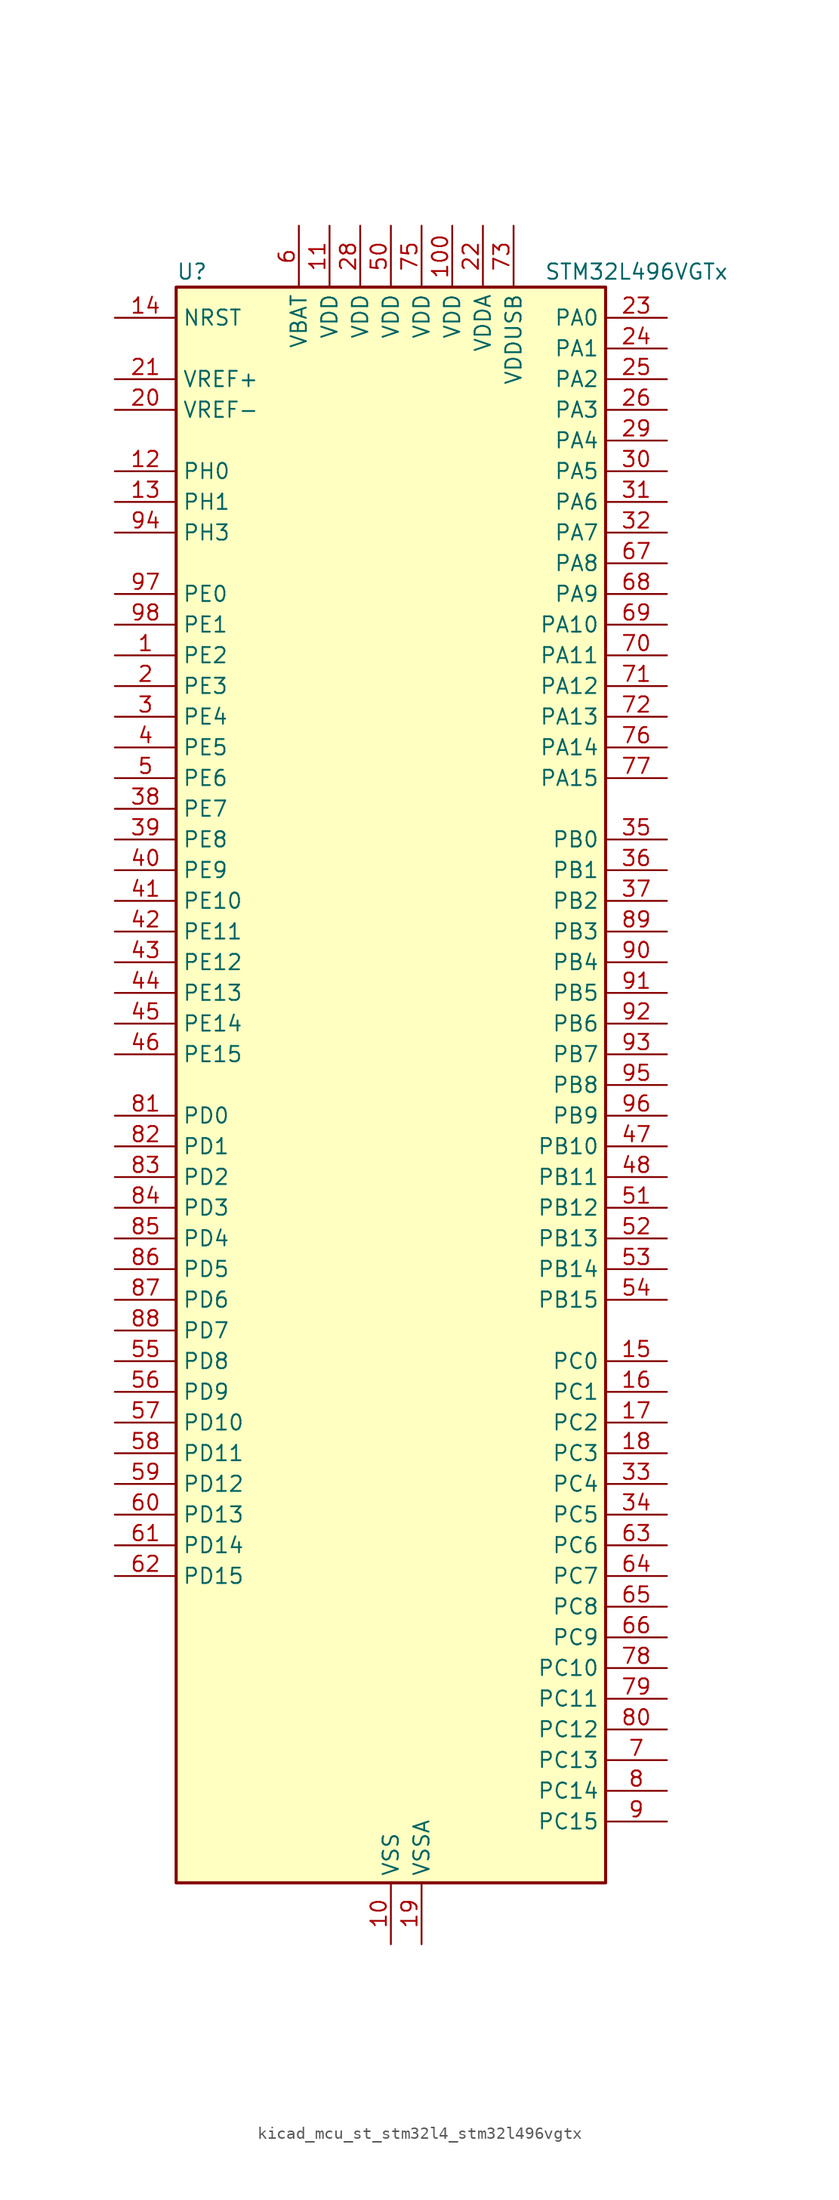
<source format=kicad_sym>
(kicad_symbol_lib
  (version 20220914)
  (generator kicad_symbol_editor)
  (symbol "kicad_mcu_st_stm32l4_stm32l496vgtx"
    (property "Reference" "U"
      (at -17.78 67.31 0)
      (effects (font (size 1.27 1.27)) (justify left)))
    (property "Value" "STM32L496VGTx"
      (at 12.7 67.31 0)
      (effects (font (size 1.27 1.27)) (justify left)))
    (property "ki_locked" ""
      (at 0 0 0)
      (effects (font (size 1.27 1.27))))
    (symbol "kicad_mcu_st_stm32l4_stm32l496vgtx_0_1"
      (rectangle (start -17.78 -66.04) (end 17.78 66.04) (stroke (width 0.254) (type default)) (fill (type background))))
    (symbol "kicad_mcu_st_stm32l4_stm32l496vgtx_1_1"
      (pin bidirectional line (at -22.86 35.56 0) (length 5.08) (name "PE2" (effects (font (size 1.27 1.27)))) (number "1" (effects (font (size 1.27 1.27)))) (alternate "FMC_A23" bidirectional line) (alternate "LCD_SEG38" bidirectional line) (alternate "SAI1_MCLK_A" bidirectional line) (alternate "SYS_TRACECLK" bidirectional line) (alternate "TIM3_ETR" bidirectional line) (alternate "TSC_G7_IO1" bidirectional line))
      (pin power_in line (at 0 -71.12 90) (length 5.08) (name "VSS" (effects (font (size 1.27 1.27)))) (number "10" (effects (font (size 1.27 1.27)))))
      (pin power_in line (at 5.08 71.12 270) (length 5.08) (name "VDD" (effects (font (size 1.27 1.27)))) (number "100" (effects (font (size 1.27 1.27)))))
      (pin power_in line (at -5.08 71.12 270) (length 5.08) (name "VDD" (effects (font (size 1.27 1.27)))) (number "11" (effects (font (size 1.27 1.27)))))
      (pin bidirectional line (at -22.86 50.8 0) (length 5.08) (name "PH0" (effects (font (size 1.27 1.27)))) (number "12" (effects (font (size 1.27 1.27)))) (alternate "RCC_OSC_IN" bidirectional line))
      (pin bidirectional line (at -22.86 48.26 0) (length 5.08) (name "PH1" (effects (font (size 1.27 1.27)))) (number "13" (effects (font (size 1.27 1.27)))) (alternate "RCC_OSC_OUT" bidirectional line))
      (pin input line (at -22.86 63.5 0) (length 5.08) (name "NRST" (effects (font (size 1.27 1.27)))) (number "14" (effects (font (size 1.27 1.27)))))
      (pin bidirectional line (at 22.86 -22.86 180) (length 5.08) (name "PC0" (effects (font (size 1.27 1.27)))) (number "15" (effects (font (size 1.27 1.27)))) (alternate "ADC1_IN1" bidirectional line) (alternate "ADC2_IN1" bidirectional line) (alternate "ADC3_IN1" bidirectional line) (alternate "DFSDM1_DATIN4" bidirectional line) (alternate "I2C3_SCL" bidirectional line) (alternate "I2C4_SCL" bidirectional line) (alternate "LCD_SEG18" bidirectional line) (alternate "LPTIM1_IN1" bidirectional line) (alternate "LPTIM2_IN1" bidirectional line) (alternate "LPUART1_RX" bidirectional line))
      (pin bidirectional line (at 22.86 -25.4 180) (length 5.08) (name "PC1" (effects (font (size 1.27 1.27)))) (number "16" (effects (font (size 1.27 1.27)))) (alternate "ADC1_IN2" bidirectional line) (alternate "ADC2_IN2" bidirectional line) (alternate "ADC3_IN2" bidirectional line) (alternate "DFSDM1_CKIN4" bidirectional line) (alternate "I2C3_SDA" bidirectional line) (alternate "I2C4_SDA" bidirectional line) (alternate "LCD_SEG19" bidirectional line) (alternate "LPTIM1_OUT" bidirectional line) (alternate "LPUART1_TX" bidirectional line) (alternate "QUADSPI_BK2_IO0" bidirectional line) (alternate "SAI1_SD_A" bidirectional line) (alternate "SPI2_MOSI" bidirectional line) (alternate "SYS_TRACED0" bidirectional line))
      (pin bidirectional line (at 22.86 -27.94 180) (length 5.08) (name "PC2" (effects (font (size 1.27 1.27)))) (number "17" (effects (font (size 1.27 1.27)))) (alternate "ADC1_IN3" bidirectional line) (alternate "ADC2_IN3" bidirectional line) (alternate "ADC3_IN3" bidirectional line) (alternate "DFSDM1_CKOUT" bidirectional line) (alternate "LCD_SEG20" bidirectional line) (alternate "LPTIM1_IN2" bidirectional line) (alternate "QUADSPI_BK2_IO1" bidirectional line) (alternate "SPI2_MISO" bidirectional line))
      (pin bidirectional line (at 22.86 -30.48 180) (length 5.08) (name "PC3" (effects (font (size 1.27 1.27)))) (number "18" (effects (font (size 1.27 1.27)))) (alternate "ADC1_IN4" bidirectional line) (alternate "ADC2_IN4" bidirectional line) (alternate "ADC3_IN4" bidirectional line) (alternate "LCD_VLCD" bidirectional line) (alternate "LPTIM1_ETR" bidirectional line) (alternate "LPTIM2_ETR" bidirectional line) (alternate "QUADSPI_BK2_IO2" bidirectional line) (alternate "SAI1_SD_A" bidirectional line) (alternate "SPI2_MOSI" bidirectional line))
      (pin power_in line (at 2.54 -71.12 90) (length 5.08) (name "VSSA" (effects (font (size 1.27 1.27)))) (number "19" (effects (font (size 1.27 1.27)))))
      (pin bidirectional line (at -22.86 33.02 0) (length 5.08) (name "PE3" (effects (font (size 1.27 1.27)))) (number "2" (effects (font (size 1.27 1.27)))) (alternate "FMC_A19" bidirectional line) (alternate "LCD_SEG39" bidirectional line) (alternate "SAI1_SD_B" bidirectional line) (alternate "SYS_TRACED0" bidirectional line) (alternate "TIM3_CH1" bidirectional line) (alternate "TSC_G7_IO2" bidirectional line))
      (pin input line (at -22.86 55.88 0) (length 5.08) (name "VREF-" (effects (font (size 1.27 1.27)))) (number "20" (effects (font (size 1.27 1.27)))))
      (pin input line (at -22.86 58.42 0) (length 5.08) (name "VREF+" (effects (font (size 1.27 1.27)))) (number "21" (effects (font (size 1.27 1.27)))) (alternate "VREFBUF_OUT" bidirectional line))
      (pin power_in line (at 7.62 71.12 270) (length 5.08) (name "VDDA" (effects (font (size 1.27 1.27)))) (number "22" (effects (font (size 1.27 1.27)))))
      (pin bidirectional line (at 22.86 63.5 180) (length 5.08) (name "PA0" (effects (font (size 1.27 1.27)))) (number "23" (effects (font (size 1.27 1.27)))) (alternate "ADC1_IN5" bidirectional line) (alternate "ADC2_IN5" bidirectional line) (alternate "OPAMP1_VINP" bidirectional line) (alternate "RTC_TAMP2" bidirectional line) (alternate "SAI1_EXTCLK" bidirectional line) (alternate "SYS_WKUP1" bidirectional line) (alternate "TIM2_CH1" bidirectional line) (alternate "TIM2_ETR" bidirectional line) (alternate "TIM5_CH1" bidirectional line) (alternate "TIM8_ETR" bidirectional line) (alternate "UART4_TX" bidirectional line) (alternate "USART2_CTS" bidirectional line))
      (pin bidirectional line (at 22.86 60.96 180) (length 5.08) (name "PA1" (effects (font (size 1.27 1.27)))) (number "24" (effects (font (size 1.27 1.27)))) (alternate "ADC1_IN6" bidirectional line) (alternate "ADC2_IN6" bidirectional line) (alternate "I2C1_SMBA" bidirectional line) (alternate "LCD_SEG0" bidirectional line) (alternate "OPAMP1_VINM" bidirectional line) (alternate "SPI1_SCK" bidirectional line) (alternate "TIM15_CH1N" bidirectional line) (alternate "TIM2_CH2" bidirectional line) (alternate "TIM5_CH2" bidirectional line) (alternate "UART4_RX" bidirectional line) (alternate "USART2_DE" bidirectional line) (alternate "USART2_RTS" bidirectional line))
      (pin bidirectional line (at 22.86 58.42 180) (length 5.08) (name "PA2" (effects (font (size 1.27 1.27)))) (number "25" (effects (font (size 1.27 1.27)))) (alternate "ADC1_IN7" bidirectional line) (alternate "ADC2_IN7" bidirectional line) (alternate "LCD_SEG1" bidirectional line) (alternate "LPUART1_TX" bidirectional line) (alternate "QUADSPI_BK1_NCS" bidirectional line) (alternate "RCC_LSCO" bidirectional line) (alternate "SAI2_EXTCLK" bidirectional line) (alternate "SYS_WKUP4" bidirectional line) (alternate "TIM15_CH1" bidirectional line) (alternate "TIM2_CH3" bidirectional line) (alternate "TIM5_CH3" bidirectional line) (alternate "USART2_TX" bidirectional line))
      (pin bidirectional line (at 22.86 55.88 180) (length 5.08) (name "PA3" (effects (font (size 1.27 1.27)))) (number "26" (effects (font (size 1.27 1.27)))) (alternate "ADC1_IN8" bidirectional line) (alternate "ADC2_IN8" bidirectional line) (alternate "LCD_SEG2" bidirectional line) (alternate "LPUART1_RX" bidirectional line) (alternate "OPAMP1_VOUT" bidirectional line) (alternate "QUADSPI_CLK" bidirectional line) (alternate "SAI1_MCLK_A" bidirectional line) (alternate "TIM15_CH2" bidirectional line) (alternate "TIM2_CH4" bidirectional line) (alternate "TIM5_CH4" bidirectional line) (alternate "USART2_RX" bidirectional line))
      (pin passive line (at 0 -71.12 90) (length 5.08) hide (name "VSS" (effects (font (size 1.27 1.27)))) (number "27" (effects (font (size 1.27 1.27)))))
      (pin power_in line (at -2.54 71.12 270) (length 5.08) (name "VDD" (effects (font (size 1.27 1.27)))) (number "28" (effects (font (size 1.27 1.27)))))
      (pin bidirectional line (at 22.86 53.34 180) (length 5.08) (name "PA4" (effects (font (size 1.27 1.27)))) (number "29" (effects (font (size 1.27 1.27)))) (alternate "ADC1_IN9" bidirectional line) (alternate "ADC2_IN9" bidirectional line) (alternate "DAC1_OUT1" bidirectional line) (alternate "DCMI_HSYNC" bidirectional line) (alternate "LPTIM2_OUT" bidirectional line) (alternate "SAI1_FS_B" bidirectional line) (alternate "SPI1_NSS" bidirectional line) (alternate "SPI3_NSS" bidirectional line) (alternate "USART2_CK" bidirectional line))
      (pin bidirectional line (at -22.86 30.48 0) (length 5.08) (name "PE4" (effects (font (size 1.27 1.27)))) (number "3" (effects (font (size 1.27 1.27)))) (alternate "DCMI_D4" bidirectional line) (alternate "DFSDM1_DATIN3" bidirectional line) (alternate "FMC_A20" bidirectional line) (alternate "SAI1_FS_A" bidirectional line) (alternate "SYS_TRACED1" bidirectional line) (alternate "TIM3_CH2" bidirectional line) (alternate "TSC_G7_IO3" bidirectional line))
      (pin bidirectional line (at 22.86 50.8 180) (length 5.08) (name "PA5" (effects (font (size 1.27 1.27)))) (number "30" (effects (font (size 1.27 1.27)))) (alternate "ADC1_IN10" bidirectional line) (alternate "ADC2_IN10" bidirectional line) (alternate "DAC1_OUT2" bidirectional line) (alternate "LPTIM2_ETR" bidirectional line) (alternate "SPI1_SCK" bidirectional line) (alternate "TIM2_CH1" bidirectional line) (alternate "TIM2_ETR" bidirectional line) (alternate "TIM8_CH1N" bidirectional line))
      (pin bidirectional line (at 22.86 48.26 180) (length 5.08) (name "PA6" (effects (font (size 1.27 1.27)))) (number "31" (effects (font (size 1.27 1.27)))) (alternate "ADC1_IN11" bidirectional line) (alternate "ADC2_IN11" bidirectional line) (alternate "DCMI_PIXCLK" bidirectional line) (alternate "LCD_SEG3" bidirectional line) (alternate "LPUART1_CTS" bidirectional line) (alternate "OPAMP2_VINP" bidirectional line) (alternate "QUADSPI_BK1_IO3" bidirectional line) (alternate "SPI1_MISO" bidirectional line) (alternate "TIM16_CH1" bidirectional line) (alternate "TIM1_BKIN" bidirectional line) (alternate "TIM1_BKIN_COMP2" bidirectional line) (alternate "TIM3_CH1" bidirectional line) (alternate "TIM8_BKIN" bidirectional line) (alternate "TIM8_BKIN_COMP2" bidirectional line) (alternate "USART3_CTS" bidirectional line))
      (pin bidirectional line (at 22.86 45.72 180) (length 5.08) (name "PA7" (effects (font (size 1.27 1.27)))) (number "32" (effects (font (size 1.27 1.27)))) (alternate "ADC1_IN12" bidirectional line) (alternate "ADC2_IN12" bidirectional line) (alternate "I2C3_SCL" bidirectional line) (alternate "LCD_SEG4" bidirectional line) (alternate "OPAMP2_VINM" bidirectional line) (alternate "QUADSPI_BK1_IO2" bidirectional line) (alternate "SPI1_MOSI" bidirectional line) (alternate "TIM17_CH1" bidirectional line) (alternate "TIM1_CH1N" bidirectional line) (alternate "TIM3_CH2" bidirectional line) (alternate "TIM8_CH1N" bidirectional line))
      (pin bidirectional line (at 22.86 -33.02 180) (length 5.08) (name "PC4" (effects (font (size 1.27 1.27)))) (number "33" (effects (font (size 1.27 1.27)))) (alternate "ADC1_IN13" bidirectional line) (alternate "ADC2_IN13" bidirectional line) (alternate "COMP1_INM" bidirectional line) (alternate "LCD_SEG22" bidirectional line) (alternate "QUADSPI_BK2_IO3" bidirectional line) (alternate "USART3_TX" bidirectional line))
      (pin bidirectional line (at 22.86 -35.56 180) (length 5.08) (name "PC5" (effects (font (size 1.27 1.27)))) (number "34" (effects (font (size 1.27 1.27)))) (alternate "ADC1_IN14" bidirectional line) (alternate "ADC2_IN14" bidirectional line) (alternate "COMP1_INP" bidirectional line) (alternate "LCD_SEG23" bidirectional line) (alternate "SYS_WKUP5" bidirectional line) (alternate "USART3_RX" bidirectional line))
      (pin bidirectional line (at 22.86 20.32 180) (length 5.08) (name "PB0" (effects (font (size 1.27 1.27)))) (number "35" (effects (font (size 1.27 1.27)))) (alternate "ADC1_IN15" bidirectional line) (alternate "ADC2_IN15" bidirectional line) (alternate "COMP1_OUT" bidirectional line) (alternate "LCD_SEG5" bidirectional line) (alternate "OPAMP2_VOUT" bidirectional line) (alternate "QUADSPI_BK1_IO1" bidirectional line) (alternate "SAI1_EXTCLK" bidirectional line) (alternate "SPI1_NSS" bidirectional line) (alternate "TIM1_CH2N" bidirectional line) (alternate "TIM3_CH3" bidirectional line) (alternate "TIM8_CH2N" bidirectional line) (alternate "USART3_CK" bidirectional line))
      (pin bidirectional line (at 22.86 17.78 180) (length 5.08) (name "PB1" (effects (font (size 1.27 1.27)))) (number "36" (effects (font (size 1.27 1.27)))) (alternate "ADC1_IN16" bidirectional line) (alternate "ADC2_IN16" bidirectional line) (alternate "COMP1_INM" bidirectional line) (alternate "DFSDM1_DATIN0" bidirectional line) (alternate "LCD_SEG6" bidirectional line) (alternate "LPTIM2_IN1" bidirectional line) (alternate "LPUART1_DE" bidirectional line) (alternate "LPUART1_RTS" bidirectional line) (alternate "QUADSPI_BK1_IO0" bidirectional line) (alternate "TIM1_CH3N" bidirectional line) (alternate "TIM3_CH4" bidirectional line) (alternate "TIM8_CH3N" bidirectional line) (alternate "USART3_DE" bidirectional line) (alternate "USART3_RTS" bidirectional line))
      (pin bidirectional line (at 22.86 15.24 180) (length 5.08) (name "PB2" (effects (font (size 1.27 1.27)))) (number "37" (effects (font (size 1.27 1.27)))) (alternate "COMP1_INP" bidirectional line) (alternate "DFSDM1_CKIN0" bidirectional line) (alternate "I2C3_SMBA" bidirectional line) (alternate "LCD_VLCD" bidirectional line) (alternate "LPTIM1_OUT" bidirectional line) (alternate "RTC_OUT_ALARM" bidirectional line) (alternate "RTC_OUT_CALIB" bidirectional line))
      (pin bidirectional line (at -22.86 22.86 0) (length 5.08) (name "PE7" (effects (font (size 1.27 1.27)))) (number "38" (effects (font (size 1.27 1.27)))) (alternate "DFSDM1_DATIN2" bidirectional line) (alternate "FMC_D4" bidirectional line) (alternate "FMC_DA4" bidirectional line) (alternate "SAI1_SD_B" bidirectional line) (alternate "TIM1_ETR" bidirectional line))
      (pin bidirectional line (at -22.86 20.32 0) (length 5.08) (name "PE8" (effects (font (size 1.27 1.27)))) (number "39" (effects (font (size 1.27 1.27)))) (alternate "DFSDM1_CKIN2" bidirectional line) (alternate "FMC_D5" bidirectional line) (alternate "FMC_DA5" bidirectional line) (alternate "SAI1_SCK_B" bidirectional line) (alternate "TIM1_CH1N" bidirectional line))
      (pin bidirectional line (at -22.86 27.94 0) (length 5.08) (name "PE5" (effects (font (size 1.27 1.27)))) (number "4" (effects (font (size 1.27 1.27)))) (alternate "DCMI_D6" bidirectional line) (alternate "DFSDM1_CKIN3" bidirectional line) (alternate "FMC_A21" bidirectional line) (alternate "SAI1_SCK_A" bidirectional line) (alternate "SYS_TRACED2" bidirectional line) (alternate "TIM3_CH3" bidirectional line) (alternate "TSC_G7_IO4" bidirectional line))
      (pin bidirectional line (at -22.86 17.78 0) (length 5.08) (name "PE9" (effects (font (size 1.27 1.27)))) (number "40" (effects (font (size 1.27 1.27)))) (alternate "DAC1_EXTI9" bidirectional line) (alternate "DFSDM1_CKOUT" bidirectional line) (alternate "FMC_D6" bidirectional line) (alternate "FMC_DA6" bidirectional line) (alternate "SAI1_FS_B" bidirectional line) (alternate "TIM1_CH1" bidirectional line))
      (pin bidirectional line (at -22.86 15.24 0) (length 5.08) (name "PE10" (effects (font (size 1.27 1.27)))) (number "41" (effects (font (size 1.27 1.27)))) (alternate "DFSDM1_DATIN4" bidirectional line) (alternate "FMC_D7" bidirectional line) (alternate "FMC_DA7" bidirectional line) (alternate "QUADSPI_CLK" bidirectional line) (alternate "SAI1_MCLK_B" bidirectional line) (alternate "TIM1_CH2N" bidirectional line) (alternate "TSC_G5_IO1" bidirectional line))
      (pin bidirectional line (at -22.86 12.7 0) (length 5.08) (name "PE11" (effects (font (size 1.27 1.27)))) (number "42" (effects (font (size 1.27 1.27)))) (alternate "ADC1_EXTI11" bidirectional line) (alternate "ADC2_EXTI11" bidirectional line) (alternate "ADC3_EXTI11" bidirectional line) (alternate "DFSDM1_CKIN4" bidirectional line) (alternate "FMC_D8" bidirectional line) (alternate "FMC_DA8" bidirectional line) (alternate "QUADSPI_BK1_NCS" bidirectional line) (alternate "TIM1_CH2" bidirectional line) (alternate "TSC_G5_IO2" bidirectional line))
      (pin bidirectional line (at -22.86 10.16 0) (length 5.08) (name "PE12" (effects (font (size 1.27 1.27)))) (number "43" (effects (font (size 1.27 1.27)))) (alternate "DFSDM1_DATIN5" bidirectional line) (alternate "FMC_D9" bidirectional line) (alternate "FMC_DA9" bidirectional line) (alternate "QUADSPI_BK1_IO0" bidirectional line) (alternate "SPI1_NSS" bidirectional line) (alternate "TIM1_CH3N" bidirectional line) (alternate "TSC_G5_IO3" bidirectional line))
      (pin bidirectional line (at -22.86 7.62 0) (length 5.08) (name "PE13" (effects (font (size 1.27 1.27)))) (number "44" (effects (font (size 1.27 1.27)))) (alternate "DFSDM1_CKIN5" bidirectional line) (alternate "FMC_D10" bidirectional line) (alternate "FMC_DA10" bidirectional line) (alternate "QUADSPI_BK1_IO1" bidirectional line) (alternate "SPI1_SCK" bidirectional line) (alternate "TIM1_CH3" bidirectional line) (alternate "TSC_G5_IO4" bidirectional line))
      (pin bidirectional line (at -22.86 5.08 0) (length 5.08) (name "PE14" (effects (font (size 1.27 1.27)))) (number "45" (effects (font (size 1.27 1.27)))) (alternate "FMC_D11" bidirectional line) (alternate "FMC_DA11" bidirectional line) (alternate "QUADSPI_BK1_IO2" bidirectional line) (alternate "SPI1_MISO" bidirectional line) (alternate "TIM1_BKIN2" bidirectional line) (alternate "TIM1_BKIN2_COMP2" bidirectional line) (alternate "TIM1_CH4" bidirectional line))
      (pin bidirectional line (at -22.86 2.54 0) (length 5.08) (name "PE15" (effects (font (size 1.27 1.27)))) (number "46" (effects (font (size 1.27 1.27)))) (alternate "ADC1_EXTI15" bidirectional line) (alternate "ADC2_EXTI15" bidirectional line) (alternate "ADC3_EXTI15" bidirectional line) (alternate "FMC_D12" bidirectional line) (alternate "FMC_DA12" bidirectional line) (alternate "QUADSPI_BK1_IO3" bidirectional line) (alternate "SPI1_MOSI" bidirectional line) (alternate "TIM1_BKIN" bidirectional line) (alternate "TIM1_BKIN_COMP1" bidirectional line))
      (pin bidirectional line (at 22.86 -5.08 180) (length 5.08) (name "PB10" (effects (font (size 1.27 1.27)))) (number "47" (effects (font (size 1.27 1.27)))) (alternate "COMP1_OUT" bidirectional line) (alternate "DFSDM1_DATIN7" bidirectional line) (alternate "I2C2_SCL" bidirectional line) (alternate "I2C4_SCL" bidirectional line) (alternate "LCD_SEG10" bidirectional line) (alternate "LPUART1_RX" bidirectional line) (alternate "QUADSPI_CLK" bidirectional line) (alternate "SAI1_SCK_A" bidirectional line) (alternate "SPI2_SCK" bidirectional line) (alternate "TIM2_CH3" bidirectional line) (alternate "TSC_SYNC" bidirectional line) (alternate "USART3_TX" bidirectional line))
      (pin bidirectional line (at 22.86 -7.62 180) (length 5.08) (name "PB11" (effects (font (size 1.27 1.27)))) (number "48" (effects (font (size 1.27 1.27)))) (alternate "ADC1_EXTI11" bidirectional line) (alternate "ADC2_EXTI11" bidirectional line) (alternate "ADC3_EXTI11" bidirectional line) (alternate "COMP2_OUT" bidirectional line) (alternate "DFSDM1_CKIN7" bidirectional line) (alternate "I2C2_SDA" bidirectional line) (alternate "I2C4_SDA" bidirectional line) (alternate "LCD_SEG11" bidirectional line) (alternate "LPUART1_TX" bidirectional line) (alternate "QUADSPI_BK1_NCS" bidirectional line) (alternate "TIM2_CH4" bidirectional line) (alternate "USART3_RX" bidirectional line))
      (pin passive line (at 0 -71.12 90) (length 5.08) hide (name "VSS" (effects (font (size 1.27 1.27)))) (number "49" (effects (font (size 1.27 1.27)))))
      (pin bidirectional line (at -22.86 25.4 0) (length 5.08) (name "PE6" (effects (font (size 1.27 1.27)))) (number "5" (effects (font (size 1.27 1.27)))) (alternate "DCMI_D7" bidirectional line) (alternate "FMC_A22" bidirectional line) (alternate "RTC_TAMP3" bidirectional line) (alternate "SAI1_SD_A" bidirectional line) (alternate "SYS_TRACED3" bidirectional line) (alternate "SYS_WKUP3" bidirectional line) (alternate "TIM3_CH4" bidirectional line))
      (pin power_in line (at 0 71.12 270) (length 5.08) (name "VDD" (effects (font (size 1.27 1.27)))) (number "50" (effects (font (size 1.27 1.27)))))
      (pin bidirectional line (at 22.86 -10.16 180) (length 5.08) (name "PB12" (effects (font (size 1.27 1.27)))) (number "51" (effects (font (size 1.27 1.27)))) (alternate "CAN2_RX" bidirectional line) (alternate "DFSDM1_DATIN1" bidirectional line) (alternate "I2C2_SMBA" bidirectional line) (alternate "LCD_SEG12" bidirectional line) (alternate "LPUART1_DE" bidirectional line) (alternate "LPUART1_RTS" bidirectional line) (alternate "SAI2_FS_A" bidirectional line) (alternate "SPI2_NSS" bidirectional line) (alternate "SWPMI1_IO" bidirectional line) (alternate "TIM15_BKIN" bidirectional line) (alternate "TIM1_BKIN" bidirectional line) (alternate "TIM1_BKIN_COMP2" bidirectional line) (alternate "TSC_G1_IO1" bidirectional line) (alternate "USART3_CK" bidirectional line))
      (pin bidirectional line (at 22.86 -12.7 180) (length 5.08) (name "PB13" (effects (font (size 1.27 1.27)))) (number "52" (effects (font (size 1.27 1.27)))) (alternate "CAN2_TX" bidirectional line) (alternate "DFSDM1_CKIN1" bidirectional line) (alternate "I2C2_SCL" bidirectional line) (alternate "LCD_SEG13" bidirectional line) (alternate "LPUART1_CTS" bidirectional line) (alternate "SAI2_SCK_A" bidirectional line) (alternate "SPI2_SCK" bidirectional line) (alternate "SWPMI1_TX" bidirectional line) (alternate "TIM15_CH1N" bidirectional line) (alternate "TIM1_CH1N" bidirectional line) (alternate "TSC_G1_IO2" bidirectional line) (alternate "USART3_CTS" bidirectional line))
      (pin bidirectional line (at 22.86 -15.24 180) (length 5.08) (name "PB14" (effects (font (size 1.27 1.27)))) (number "53" (effects (font (size 1.27 1.27)))) (alternate "DFSDM1_DATIN2" bidirectional line) (alternate "I2C2_SDA" bidirectional line) (alternate "LCD_SEG14" bidirectional line) (alternate "SAI2_MCLK_A" bidirectional line) (alternate "SPI2_MISO" bidirectional line) (alternate "SWPMI1_RX" bidirectional line) (alternate "TIM15_CH1" bidirectional line) (alternate "TIM1_CH2N" bidirectional line) (alternate "TIM8_CH2N" bidirectional line) (alternate "TSC_G1_IO3" bidirectional line) (alternate "USART3_DE" bidirectional line) (alternate "USART3_RTS" bidirectional line))
      (pin bidirectional line (at 22.86 -17.78 180) (length 5.08) (name "PB15" (effects (font (size 1.27 1.27)))) (number "54" (effects (font (size 1.27 1.27)))) (alternate "ADC1_EXTI15" bidirectional line) (alternate "ADC2_EXTI15" bidirectional line) (alternate "ADC3_EXTI15" bidirectional line) (alternate "DFSDM1_CKIN2" bidirectional line) (alternate "LCD_SEG15" bidirectional line) (alternate "RTC_REFIN" bidirectional line) (alternate "SAI2_SD_A" bidirectional line) (alternate "SPI2_MOSI" bidirectional line) (alternate "SWPMI1_SUSPEND" bidirectional line) (alternate "TIM15_CH2" bidirectional line) (alternate "TIM1_CH3N" bidirectional line) (alternate "TIM8_CH3N" bidirectional line) (alternate "TSC_G1_IO4" bidirectional line))
      (pin bidirectional line (at -22.86 -22.86 0) (length 5.08) (name "PD8" (effects (font (size 1.27 1.27)))) (number "55" (effects (font (size 1.27 1.27)))) (alternate "DCMI_HSYNC" bidirectional line) (alternate "FMC_D13" bidirectional line) (alternate "FMC_DA13" bidirectional line) (alternate "LCD_SEG28" bidirectional line) (alternate "USART3_TX" bidirectional line))
      (pin bidirectional line (at -22.86 -25.4 0) (length 5.08) (name "PD9" (effects (font (size 1.27 1.27)))) (number "56" (effects (font (size 1.27 1.27)))) (alternate "DAC1_EXTI9" bidirectional line) (alternate "DCMI_PIXCLK" bidirectional line) (alternate "FMC_D14" bidirectional line) (alternate "FMC_DA14" bidirectional line) (alternate "LCD_SEG29" bidirectional line) (alternate "SAI2_MCLK_A" bidirectional line) (alternate "USART3_RX" bidirectional line))
      (pin bidirectional line (at -22.86 -27.94 0) (length 5.08) (name "PD10" (effects (font (size 1.27 1.27)))) (number "57" (effects (font (size 1.27 1.27)))) (alternate "FMC_D15" bidirectional line) (alternate "FMC_DA15" bidirectional line) (alternate "LCD_SEG30" bidirectional line) (alternate "SAI2_SCK_A" bidirectional line) (alternate "TSC_G6_IO1" bidirectional line) (alternate "USART3_CK" bidirectional line))
      (pin bidirectional line (at -22.86 -30.48 0) (length 5.08) (name "PD11" (effects (font (size 1.27 1.27)))) (number "58" (effects (font (size 1.27 1.27)))) (alternate "ADC1_EXTI11" bidirectional line) (alternate "ADC2_EXTI11" bidirectional line) (alternate "ADC3_EXTI11" bidirectional line) (alternate "FMC_A16" bidirectional line) (alternate "FMC_CLE" bidirectional line) (alternate "I2C4_SMBA" bidirectional line) (alternate "LCD_SEG31" bidirectional line) (alternate "LPTIM2_ETR" bidirectional line) (alternate "SAI2_SD_A" bidirectional line) (alternate "TSC_G6_IO2" bidirectional line) (alternate "USART3_CTS" bidirectional line))
      (pin bidirectional line (at -22.86 -33.02 0) (length 5.08) (name "PD12" (effects (font (size 1.27 1.27)))) (number "59" (effects (font (size 1.27 1.27)))) (alternate "FMC_A17" bidirectional line) (alternate "FMC_ALE" bidirectional line) (alternate "I2C4_SCL" bidirectional line) (alternate "LCD_SEG32" bidirectional line) (alternate "LPTIM2_IN1" bidirectional line) (alternate "SAI2_FS_A" bidirectional line) (alternate "TIM4_CH1" bidirectional line) (alternate "TSC_G6_IO3" bidirectional line) (alternate "USART3_DE" bidirectional line) (alternate "USART3_RTS" bidirectional line))
      (pin power_in line (at -7.62 71.12 270) (length 5.08) (name "VBAT" (effects (font (size 1.27 1.27)))) (number "6" (effects (font (size 1.27 1.27)))))
      (pin bidirectional line (at -22.86 -35.56 0) (length 5.08) (name "PD13" (effects (font (size 1.27 1.27)))) (number "60" (effects (font (size 1.27 1.27)))) (alternate "FMC_A18" bidirectional line) (alternate "I2C4_SDA" bidirectional line) (alternate "LCD_SEG33" bidirectional line) (alternate "LPTIM2_OUT" bidirectional line) (alternate "TIM4_CH2" bidirectional line) (alternate "TSC_G6_IO4" bidirectional line))
      (pin bidirectional line (at -22.86 -38.1 0) (length 5.08) (name "PD14" (effects (font (size 1.27 1.27)))) (number "61" (effects (font (size 1.27 1.27)))) (alternate "FMC_D0" bidirectional line) (alternate "FMC_DA0" bidirectional line) (alternate "LCD_SEG34" bidirectional line) (alternate "TIM4_CH3" bidirectional line))
      (pin bidirectional line (at -22.86 -40.64 0) (length 5.08) (name "PD15" (effects (font (size 1.27 1.27)))) (number "62" (effects (font (size 1.27 1.27)))) (alternate "ADC1_EXTI15" bidirectional line) (alternate "ADC2_EXTI15" bidirectional line) (alternate "ADC3_EXTI15" bidirectional line) (alternate "FMC_D1" bidirectional line) (alternate "FMC_DA1" bidirectional line) (alternate "LCD_SEG35" bidirectional line) (alternate "TIM4_CH4" bidirectional line))
      (pin bidirectional line (at 22.86 -38.1 180) (length 5.08) (name "PC6" (effects (font (size 1.27 1.27)))) (number "63" (effects (font (size 1.27 1.27)))) (alternate "DCMI_D0" bidirectional line) (alternate "DFSDM1_CKIN3" bidirectional line) (alternate "LCD_SEG24" bidirectional line) (alternate "SAI2_MCLK_A" bidirectional line) (alternate "SDMMC1_D6" bidirectional line) (alternate "TIM3_CH1" bidirectional line) (alternate "TIM8_CH1" bidirectional line) (alternate "TSC_G4_IO1" bidirectional line))
      (pin bidirectional line (at 22.86 -40.64 180) (length 5.08) (name "PC7" (effects (font (size 1.27 1.27)))) (number "64" (effects (font (size 1.27 1.27)))) (alternate "DCMI_D1" bidirectional line) (alternate "DFSDM1_DATIN3" bidirectional line) (alternate "LCD_SEG25" bidirectional line) (alternate "SAI2_MCLK_B" bidirectional line) (alternate "SDMMC1_D7" bidirectional line) (alternate "TIM3_CH2" bidirectional line) (alternate "TIM8_CH2" bidirectional line) (alternate "TSC_G4_IO2" bidirectional line))
      (pin bidirectional line (at 22.86 -43.18 180) (length 5.08) (name "PC8" (effects (font (size 1.27 1.27)))) (number "65" (effects (font (size 1.27 1.27)))) (alternate "DCMI_D2" bidirectional line) (alternate "LCD_SEG26" bidirectional line) (alternate "SDMMC1_D0" bidirectional line) (alternate "TIM3_CH3" bidirectional line) (alternate "TIM8_CH3" bidirectional line) (alternate "TSC_G4_IO3" bidirectional line))
      (pin bidirectional line (at 22.86 -45.72 180) (length 5.08) (name "PC9" (effects (font (size 1.27 1.27)))) (number "66" (effects (font (size 1.27 1.27)))) (alternate "DAC1_EXTI9" bidirectional line) (alternate "DCMI_D3" bidirectional line) (alternate "I2C3_SDA" bidirectional line) (alternate "LCD_SEG27" bidirectional line) (alternate "SAI2_EXTCLK" bidirectional line) (alternate "SDMMC1_D1" bidirectional line) (alternate "TIM3_CH4" bidirectional line) (alternate "TIM8_BKIN2" bidirectional line) (alternate "TIM8_BKIN2_COMP1" bidirectional line) (alternate "TIM8_CH4" bidirectional line) (alternate "TSC_G4_IO4" bidirectional line) (alternate "USB_OTG_FS_NOE" bidirectional line))
      (pin bidirectional line (at 22.86 43.18 180) (length 5.08) (name "PA8" (effects (font (size 1.27 1.27)))) (number "67" (effects (font (size 1.27 1.27)))) (alternate "LCD_COM0" bidirectional line) (alternate "LPTIM2_OUT" bidirectional line) (alternate "RCC_MCO" bidirectional line) (alternate "SAI1_SCK_A" bidirectional line) (alternate "SWPMI1_IO" bidirectional line) (alternate "TIM1_CH1" bidirectional line) (alternate "USART1_CK" bidirectional line) (alternate "USB_OTG_FS_SOF" bidirectional line))
      (pin bidirectional line (at 22.86 40.64 180) (length 5.08) (name "PA9" (effects (font (size 1.27 1.27)))) (number "68" (effects (font (size 1.27 1.27)))) (alternate "DAC1_EXTI9" bidirectional line) (alternate "DCMI_D0" bidirectional line) (alternate "LCD_COM1" bidirectional line) (alternate "SAI1_FS_A" bidirectional line) (alternate "SPI2_SCK" bidirectional line) (alternate "TIM15_BKIN" bidirectional line) (alternate "TIM1_CH2" bidirectional line) (alternate "USART1_TX" bidirectional line) (alternate "USB_OTG_FS_VBUS" bidirectional line))
      (pin bidirectional line (at 22.86 38.1 180) (length 5.08) (name "PA10" (effects (font (size 1.27 1.27)))) (number "69" (effects (font (size 1.27 1.27)))) (alternate "DCMI_D1" bidirectional line) (alternate "LCD_COM2" bidirectional line) (alternate "SAI1_SD_A" bidirectional line) (alternate "TIM17_BKIN" bidirectional line) (alternate "TIM1_CH3" bidirectional line) (alternate "USART1_RX" bidirectional line) (alternate "USB_OTG_FS_ID" bidirectional line))
      (pin bidirectional line (at 22.86 -55.88 180) (length 5.08) (name "PC13" (effects (font (size 1.27 1.27)))) (number "7" (effects (font (size 1.27 1.27)))) (alternate "RTC_OUT_ALARM" bidirectional line) (alternate "RTC_OUT_CALIB" bidirectional line) (alternate "RTC_TAMP1" bidirectional line) (alternate "RTC_TS" bidirectional line) (alternate "SYS_WKUP2" bidirectional line))
      (pin bidirectional line (at 22.86 35.56 180) (length 5.08) (name "PA11" (effects (font (size 1.27 1.27)))) (number "70" (effects (font (size 1.27 1.27)))) (alternate "ADC1_EXTI11" bidirectional line) (alternate "ADC2_EXTI11" bidirectional line) (alternate "ADC3_EXTI11" bidirectional line) (alternate "CAN1_RX" bidirectional line) (alternate "SPI1_MISO" bidirectional line) (alternate "TIM1_BKIN2" bidirectional line) (alternate "TIM1_BKIN2_COMP1" bidirectional line) (alternate "TIM1_CH4" bidirectional line) (alternate "USART1_CTS" bidirectional line) (alternate "USB_OTG_FS_DM" bidirectional line))
      (pin bidirectional line (at 22.86 33.02 180) (length 5.08) (name "PA12" (effects (font (size 1.27 1.27)))) (number "71" (effects (font (size 1.27 1.27)))) (alternate "CAN1_TX" bidirectional line) (alternate "SPI1_MOSI" bidirectional line) (alternate "TIM1_ETR" bidirectional line) (alternate "USART1_DE" bidirectional line) (alternate "USART1_RTS" bidirectional line) (alternate "USB_OTG_FS_DP" bidirectional line))
      (pin bidirectional line (at 22.86 30.48 180) (length 5.08) (name "PA13" (effects (font (size 1.27 1.27)))) (number "72" (effects (font (size 1.27 1.27)))) (alternate "IR_OUT" bidirectional line) (alternate "SAI1_SD_B" bidirectional line) (alternate "SWPMI1_TX" bidirectional line) (alternate "SYS_JTMS-SWDIO" bidirectional line) (alternate "USB_OTG_FS_NOE" bidirectional line))
      (pin power_in line (at 10.16 71.12 270) (length 5.08) (name "VDDUSB" (effects (font (size 1.27 1.27)))) (number "73" (effects (font (size 1.27 1.27)))))
      (pin passive line (at 0 -71.12 90) (length 5.08) hide (name "VSS" (effects (font (size 1.27 1.27)))) (number "74" (effects (font (size 1.27 1.27)))))
      (pin power_in line (at 2.54 71.12 270) (length 5.08) (name "VDD" (effects (font (size 1.27 1.27)))) (number "75" (effects (font (size 1.27 1.27)))))
      (pin bidirectional line (at 22.86 27.94 180) (length 5.08) (name "PA14" (effects (font (size 1.27 1.27)))) (number "76" (effects (font (size 1.27 1.27)))) (alternate "I2C1_SMBA" bidirectional line) (alternate "I2C4_SMBA" bidirectional line) (alternate "LPTIM1_OUT" bidirectional line) (alternate "SAI1_FS_B" bidirectional line) (alternate "SWPMI1_RX" bidirectional line) (alternate "SYS_JTCK-SWCLK" bidirectional line) (alternate "USB_OTG_FS_SOF" bidirectional line))
      (pin bidirectional line (at 22.86 25.4 180) (length 5.08) (name "PA15" (effects (font (size 1.27 1.27)))) (number "77" (effects (font (size 1.27 1.27)))) (alternate "ADC1_EXTI15" bidirectional line) (alternate "ADC2_EXTI15" bidirectional line) (alternate "ADC3_EXTI15" bidirectional line) (alternate "LCD_SEG17" bidirectional line) (alternate "SAI2_FS_B" bidirectional line) (alternate "SPI1_NSS" bidirectional line) (alternate "SPI3_NSS" bidirectional line) (alternate "SWPMI1_SUSPEND" bidirectional line) (alternate "SYS_JTDI" bidirectional line) (alternate "TIM2_CH1" bidirectional line) (alternate "TIM2_ETR" bidirectional line) (alternate "TSC_G3_IO1" bidirectional line) (alternate "UART4_DE" bidirectional line) (alternate "UART4_RTS" bidirectional line) (alternate "USART2_RX" bidirectional line) (alternate "USART3_DE" bidirectional line) (alternate "USART3_RTS" bidirectional line))
      (pin bidirectional line (at 22.86 -48.26 180) (length 5.08) (name "PC10" (effects (font (size 1.27 1.27)))) (number "78" (effects (font (size 1.27 1.27)))) (alternate "DCMI_D8" bidirectional line) (alternate "LCD_COM4" bidirectional line) (alternate "LCD_SEG28" bidirectional line) (alternate "LCD_SEG40" bidirectional line) (alternate "SAI2_SCK_B" bidirectional line) (alternate "SDMMC1_D2" bidirectional line) (alternate "SPI3_SCK" bidirectional line) (alternate "SYS_TRACED1" bidirectional line) (alternate "TSC_G3_IO2" bidirectional line) (alternate "UART4_TX" bidirectional line) (alternate "USART3_TX" bidirectional line))
      (pin bidirectional line (at 22.86 -50.8 180) (length 5.08) (name "PC11" (effects (font (size 1.27 1.27)))) (number "79" (effects (font (size 1.27 1.27)))) (alternate "ADC1_EXTI11" bidirectional line) (alternate "ADC2_EXTI11" bidirectional line) (alternate "ADC3_EXTI11" bidirectional line) (alternate "DCMI_D4" bidirectional line) (alternate "LCD_COM5" bidirectional line) (alternate "LCD_SEG29" bidirectional line) (alternate "LCD_SEG41" bidirectional line) (alternate "QUADSPI_BK2_NCS" bidirectional line) (alternate "SAI2_MCLK_B" bidirectional line) (alternate "SDMMC1_D3" bidirectional line) (alternate "SPI3_MISO" bidirectional line) (alternate "TSC_G3_IO3" bidirectional line) (alternate "UART4_RX" bidirectional line) (alternate "USART3_RX" bidirectional line))
      (pin bidirectional line (at 22.86 -58.42 180) (length 5.08) (name "PC14" (effects (font (size 1.27 1.27)))) (number "8" (effects (font (size 1.27 1.27)))) (alternate "RCC_OSC32_IN" bidirectional line))
      (pin bidirectional line (at 22.86 -53.34 180) (length 5.08) (name "PC12" (effects (font (size 1.27 1.27)))) (number "80" (effects (font (size 1.27 1.27)))) (alternate "DCMI_D9" bidirectional line) (alternate "LCD_COM6" bidirectional line) (alternate "LCD_SEG30" bidirectional line) (alternate "LCD_SEG42" bidirectional line) (alternate "SAI2_SD_B" bidirectional line) (alternate "SDMMC1_CK" bidirectional line) (alternate "SPI3_MOSI" bidirectional line) (alternate "SYS_TRACED3" bidirectional line) (alternate "TSC_G3_IO4" bidirectional line) (alternate "UART5_TX" bidirectional line) (alternate "USART3_CK" bidirectional line))
      (pin bidirectional line (at -22.86 -2.54 0) (length 5.08) (name "PD0" (effects (font (size 1.27 1.27)))) (number "81" (effects (font (size 1.27 1.27)))) (alternate "CAN1_RX" bidirectional line) (alternate "DFSDM1_DATIN7" bidirectional line) (alternate "FMC_D2" bidirectional line) (alternate "FMC_DA2" bidirectional line) (alternate "SPI2_NSS" bidirectional line))
      (pin bidirectional line (at -22.86 -5.08 0) (length 5.08) (name "PD1" (effects (font (size 1.27 1.27)))) (number "82" (effects (font (size 1.27 1.27)))) (alternate "CAN1_TX" bidirectional line) (alternate "DFSDM1_CKIN7" bidirectional line) (alternate "FMC_D3" bidirectional line) (alternate "FMC_DA3" bidirectional line) (alternate "SPI2_SCK" bidirectional line))
      (pin bidirectional line (at -22.86 -7.62 0) (length 5.08) (name "PD2" (effects (font (size 1.27 1.27)))) (number "83" (effects (font (size 1.27 1.27)))) (alternate "DCMI_D11" bidirectional line) (alternate "LCD_COM7" bidirectional line) (alternate "LCD_SEG31" bidirectional line) (alternate "LCD_SEG43" bidirectional line) (alternate "SDMMC1_CMD" bidirectional line) (alternate "SYS_TRACED2" bidirectional line) (alternate "TIM3_ETR" bidirectional line) (alternate "TSC_SYNC" bidirectional line) (alternate "UART5_RX" bidirectional line) (alternate "USART3_DE" bidirectional line) (alternate "USART3_RTS" bidirectional line))
      (pin bidirectional line (at -22.86 -10.16 0) (length 5.08) (name "PD3" (effects (font (size 1.27 1.27)))) (number "84" (effects (font (size 1.27 1.27)))) (alternate "DCMI_D5" bidirectional line) (alternate "DFSDM1_DATIN0" bidirectional line) (alternate "FMC_CLK" bidirectional line) (alternate "QUADSPI_BK2_NCS" bidirectional line) (alternate "SPI2_MISO" bidirectional line) (alternate "SPI2_SCK" bidirectional line) (alternate "USART2_CTS" bidirectional line))
      (pin bidirectional line (at -22.86 -12.7 0) (length 5.08) (name "PD4" (effects (font (size 1.27 1.27)))) (number "85" (effects (font (size 1.27 1.27)))) (alternate "DFSDM1_CKIN0" bidirectional line) (alternate "FMC_NOE" bidirectional line) (alternate "QUADSPI_BK2_IO0" bidirectional line) (alternate "SPI2_MOSI" bidirectional line) (alternate "USART2_DE" bidirectional line) (alternate "USART2_RTS" bidirectional line))
      (pin bidirectional line (at -22.86 -15.24 0) (length 5.08) (name "PD5" (effects (font (size 1.27 1.27)))) (number "86" (effects (font (size 1.27 1.27)))) (alternate "FMC_NWE" bidirectional line) (alternate "QUADSPI_BK2_IO1" bidirectional line) (alternate "USART2_TX" bidirectional line))
      (pin bidirectional line (at -22.86 -17.78 0) (length 5.08) (name "PD6" (effects (font (size 1.27 1.27)))) (number "87" (effects (font (size 1.27 1.27)))) (alternate "DCMI_D10" bidirectional line) (alternate "DFSDM1_DATIN1" bidirectional line) (alternate "FMC_NWAIT" bidirectional line) (alternate "QUADSPI_BK2_IO1" bidirectional line) (alternate "QUADSPI_BK2_IO2" bidirectional line) (alternate "SAI1_SD_A" bidirectional line) (alternate "USART2_RX" bidirectional line))
      (pin bidirectional line (at -22.86 -20.32 0) (length 5.08) (name "PD7" (effects (font (size 1.27 1.27)))) (number "88" (effects (font (size 1.27 1.27)))) (alternate "DFSDM1_CKIN1" bidirectional line) (alternate "FMC_NE1" bidirectional line) (alternate "QUADSPI_BK2_IO3" bidirectional line) (alternate "USART2_CK" bidirectional line))
      (pin bidirectional line (at 22.86 12.7 180) (length 5.08) (name "PB3" (effects (font (size 1.27 1.27)))) (number "89" (effects (font (size 1.27 1.27)))) (alternate "COMP2_INM" bidirectional line) (alternate "CRS_SYNC" bidirectional line) (alternate "LCD_SEG7" bidirectional line) (alternate "SAI1_SCK_B" bidirectional line) (alternate "SPI1_SCK" bidirectional line) (alternate "SPI3_SCK" bidirectional line) (alternate "SYS_JTDO-SWO" bidirectional line) (alternate "TIM2_CH2" bidirectional line) (alternate "USART1_DE" bidirectional line) (alternate "USART1_RTS" bidirectional line))
      (pin bidirectional line (at 22.86 -60.96 180) (length 5.08) (name "PC15" (effects (font (size 1.27 1.27)))) (number "9" (effects (font (size 1.27 1.27)))) (alternate "ADC1_EXTI15" bidirectional line) (alternate "ADC2_EXTI15" bidirectional line) (alternate "ADC3_EXTI15" bidirectional line) (alternate "RCC_OSC32_OUT" bidirectional line))
      (pin bidirectional line (at 22.86 10.16 180) (length 5.08) (name "PB4" (effects (font (size 1.27 1.27)))) (number "90" (effects (font (size 1.27 1.27)))) (alternate "COMP2_INP" bidirectional line) (alternate "DCMI_D12" bidirectional line) (alternate "I2C3_SDA" bidirectional line) (alternate "LCD_SEG8" bidirectional line) (alternate "SAI1_MCLK_B" bidirectional line) (alternate "SPI1_MISO" bidirectional line) (alternate "SPI3_MISO" bidirectional line) (alternate "SYS_JTRST" bidirectional line) (alternate "TIM17_BKIN" bidirectional line) (alternate "TIM3_CH1" bidirectional line) (alternate "TSC_G2_IO1" bidirectional line) (alternate "UART5_DE" bidirectional line) (alternate "UART5_RTS" bidirectional line) (alternate "USART1_CTS" bidirectional line))
      (pin bidirectional line (at 22.86 7.62 180) (length 5.08) (name "PB5" (effects (font (size 1.27 1.27)))) (number "91" (effects (font (size 1.27 1.27)))) (alternate "CAN2_RX" bidirectional line) (alternate "COMP2_OUT" bidirectional line) (alternate "DCMI_D10" bidirectional line) (alternate "I2C1_SMBA" bidirectional line) (alternate "LCD_SEG9" bidirectional line) (alternate "LPTIM1_IN1" bidirectional line) (alternate "SAI1_SD_B" bidirectional line) (alternate "SPI1_MOSI" bidirectional line) (alternate "SPI3_MOSI" bidirectional line) (alternate "TIM16_BKIN" bidirectional line) (alternate "TIM3_CH2" bidirectional line) (alternate "TSC_G2_IO2" bidirectional line) (alternate "UART5_CTS" bidirectional line) (alternate "USART1_CK" bidirectional line))
      (pin bidirectional line (at 22.86 5.08 180) (length 5.08) (name "PB6" (effects (font (size 1.27 1.27)))) (number "92" (effects (font (size 1.27 1.27)))) (alternate "CAN2_TX" bidirectional line) (alternate "COMP2_INP" bidirectional line) (alternate "DCMI_D5" bidirectional line) (alternate "DFSDM1_DATIN5" bidirectional line) (alternate "I2C1_SCL" bidirectional line) (alternate "I2C4_SCL" bidirectional line) (alternate "LPTIM1_ETR" bidirectional line) (alternate "SAI1_FS_B" bidirectional line) (alternate "TIM16_CH1N" bidirectional line) (alternate "TIM4_CH1" bidirectional line) (alternate "TIM8_BKIN2" bidirectional line) (alternate "TIM8_BKIN2_COMP2" bidirectional line) (alternate "TSC_G2_IO3" bidirectional line) (alternate "USART1_TX" bidirectional line))
      (pin bidirectional line (at 22.86 2.54 180) (length 5.08) (name "PB7" (effects (font (size 1.27 1.27)))) (number "93" (effects (font (size 1.27 1.27)))) (alternate "COMP2_INM" bidirectional line) (alternate "DCMI_VSYNC" bidirectional line) (alternate "DFSDM1_CKIN5" bidirectional line) (alternate "FMC_NL" bidirectional line) (alternate "I2C1_SDA" bidirectional line) (alternate "I2C4_SDA" bidirectional line) (alternate "LCD_SEG21" bidirectional line) (alternate "LPTIM1_IN2" bidirectional line) (alternate "SYS_PVD_IN" bidirectional line) (alternate "TIM17_CH1N" bidirectional line) (alternate "TIM4_CH2" bidirectional line) (alternate "TIM8_BKIN" bidirectional line) (alternate "TIM8_BKIN_COMP1" bidirectional line) (alternate "TSC_G2_IO4" bidirectional line) (alternate "UART4_CTS" bidirectional line) (alternate "USART1_RX" bidirectional line))
      (pin bidirectional line (at -22.86 45.72 0) (length 5.08) (name "PH3" (effects (font (size 1.27 1.27)))) (number "94" (effects (font (size 1.27 1.27)))))
      (pin bidirectional line (at 22.86 0 180) (length 5.08) (name "PB8" (effects (font (size 1.27 1.27)))) (number "95" (effects (font (size 1.27 1.27)))) (alternate "CAN1_RX" bidirectional line) (alternate "DCMI_D6" bidirectional line) (alternate "DFSDM1_DATIN6" bidirectional line) (alternate "I2C1_SCL" bidirectional line) (alternate "LCD_SEG16" bidirectional line) (alternate "SAI1_MCLK_A" bidirectional line) (alternate "SDMMC1_D4" bidirectional line) (alternate "TIM16_CH1" bidirectional line) (alternate "TIM4_CH3" bidirectional line))
      (pin bidirectional line (at 22.86 -2.54 180) (length 5.08) (name "PB9" (effects (font (size 1.27 1.27)))) (number "96" (effects (font (size 1.27 1.27)))) (alternate "CAN1_TX" bidirectional line) (alternate "DAC1_EXTI9" bidirectional line) (alternate "DCMI_D7" bidirectional line) (alternate "DFSDM1_CKIN6" bidirectional line) (alternate "I2C1_SDA" bidirectional line) (alternate "IR_OUT" bidirectional line) (alternate "LCD_COM3" bidirectional line) (alternate "SAI1_FS_A" bidirectional line) (alternate "SDMMC1_D5" bidirectional line) (alternate "SPI2_NSS" bidirectional line) (alternate "TIM17_CH1" bidirectional line) (alternate "TIM4_CH4" bidirectional line))
      (pin bidirectional line (at -22.86 40.64 0) (length 5.08) (name "PE0" (effects (font (size 1.27 1.27)))) (number "97" (effects (font (size 1.27 1.27)))) (alternate "DCMI_D2" bidirectional line) (alternate "FMC_NBL0" bidirectional line) (alternate "LCD_SEG36" bidirectional line) (alternate "TIM16_CH1" bidirectional line) (alternate "TIM4_ETR" bidirectional line))
      (pin bidirectional line (at -22.86 38.1 0) (length 5.08) (name "PE1" (effects (font (size 1.27 1.27)))) (number "98" (effects (font (size 1.27 1.27)))) (alternate "DCMI_D3" bidirectional line) (alternate "FMC_NBL1" bidirectional line) (alternate "LCD_SEG37" bidirectional line) (alternate "TIM17_CH1" bidirectional line))
      (pin passive line (at 0 -71.12 90) (length 5.08) hide (name "VSS" (effects (font (size 1.27 1.27)))) (number "99" (effects (font (size 1.27 1.27))))))))
</source>
